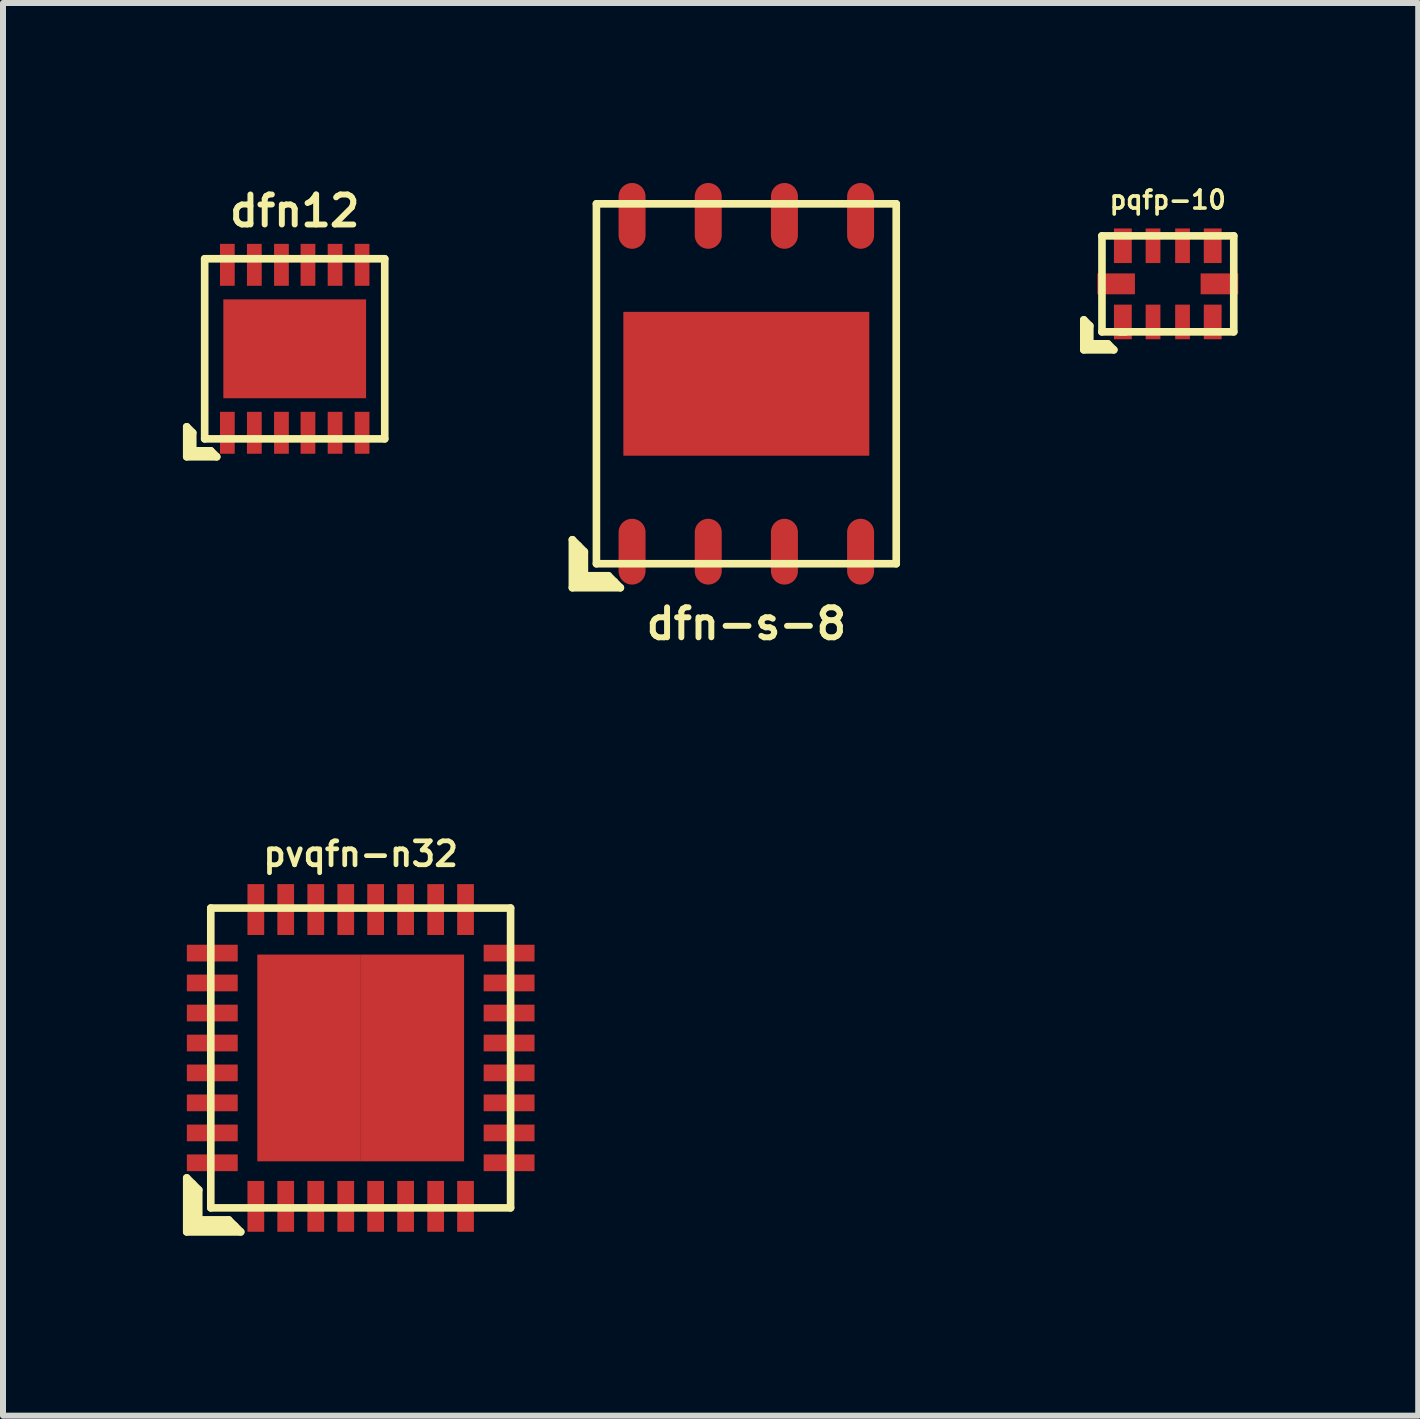
<source format=kicad_pcb>
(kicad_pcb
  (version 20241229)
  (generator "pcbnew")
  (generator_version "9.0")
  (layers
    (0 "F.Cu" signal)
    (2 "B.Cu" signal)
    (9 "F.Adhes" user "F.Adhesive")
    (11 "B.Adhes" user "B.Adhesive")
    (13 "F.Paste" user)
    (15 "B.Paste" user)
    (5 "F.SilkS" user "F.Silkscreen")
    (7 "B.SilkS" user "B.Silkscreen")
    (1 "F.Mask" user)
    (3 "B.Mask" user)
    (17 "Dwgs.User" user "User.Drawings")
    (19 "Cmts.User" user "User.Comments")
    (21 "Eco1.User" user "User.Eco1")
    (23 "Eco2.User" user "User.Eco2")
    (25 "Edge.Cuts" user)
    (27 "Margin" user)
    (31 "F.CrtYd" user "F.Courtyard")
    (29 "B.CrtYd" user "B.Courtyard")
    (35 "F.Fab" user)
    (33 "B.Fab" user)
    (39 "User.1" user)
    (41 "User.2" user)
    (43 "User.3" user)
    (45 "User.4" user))
  (footprint "dfn12"
    (layer "F.Cu")
    (at 1.863 2.765)
    (property "Reference" "dfn12" (at 0 -2.299 0) (layer "F.SilkS") (effects (font (size 0.5 0.5) (thickness 0.099))))
    (attr through_hole)
    (fp_line (start -1.8 1.3) (end -1.8 1.8) (stroke (width 0.127) (type solid)) (layer "F.SilkS"))
    (fp_line (start -1.7 1.4) (end -1.8 1.3) (stroke (width 0.127) (type solid)) (layer "F.SilkS"))
    (fp_line (start -1.7 1.7) (end -1.7 1.4) (stroke (width 0.127) (type solid)) (layer "F.SilkS"))
    (fp_line (start -1.501 -1.501) (end 1.501 -1.501) (stroke (width 0.127) (type solid)) (layer "F.SilkS"))
    (fp_line (start -1.501 1.501) (end -1.501 -1.501) (stroke (width 0.127) (type solid)) (layer "F.SilkS"))
    (fp_line (start -1.4 1.7) (end -1.7 1.7) (stroke (width 0.127) (type solid)) (layer "F.SilkS"))
    (fp_line (start -1.4 1.7) (end -1.3 1.8) (stroke (width 0.127) (type solid)) (layer "F.SilkS"))
    (fp_line (start -1.3 1.8) (end -1.8 1.8) (stroke (width 0.127) (type solid)) (layer "F.SilkS"))
    (fp_line (start 1.501 -1.501) (end 1.501 1.501) (stroke (width 0.127) (type solid)) (layer "F.SilkS"))
    (fp_line (start 1.501 1.501) (end -1.501 1.501) (stroke (width 0.127) (type solid)) (layer "F.SilkS"))
    (pad "1" smd rect (at -1.123 1.4) (size 0.246 0.699) (layers "F.Cu" "F.Mask" "F.Paste"))
    (pad "2" smd rect (at -0.673 1.4) (size 0.246 0.699) (layers "F.Cu" "F.Mask" "F.Paste"))
    (pad "3" smd rect (at -0.221 1.4) (size 0.246 0.699) (layers "F.Cu" "F.Mask" "F.Paste"))
    (pad "4" smd rect (at 0.221 1.4) (size 0.246 0.699) (layers "F.Cu" "F.Mask" "F.Paste"))
    (pad "5" smd rect (at 0.673 1.4) (size 0.246 0.699) (layers "F.Cu" "F.Mask" "F.Paste"))
    (pad "6" smd rect (at 1.123 1.4) (size 0.246 0.699) (layers "F.Cu" "F.Mask" "F.Paste"))
    (pad "7" smd rect (at 1.123 -1.4) (size 0.246 0.699) (layers "F.Cu" "F.Mask" "F.Paste"))
    (pad "8" smd rect (at 0.673 -1.4) (size 0.246 0.699) (layers "F.Cu" "F.Mask" "F.Paste"))
    (pad "9" smd rect (at 0.221 -1.4) (size 0.246 0.699) (layers "F.Cu" "F.Mask" "F.Paste"))
    (pad "10" smd rect (at -0.221 -1.4) (size 0.246 0.699) (layers "F.Cu" "F.Mask" "F.Paste"))
    (pad "11" smd rect (at -0.673 -1.4) (size 0.246 0.699) (layers "F.Cu" "F.Mask" "F.Paste"))
    (pad "12" smd rect (at -1.123 -1.4) (size 0.246 0.699) (layers "F.Cu" "F.Mask" "F.Paste"))
    (pad "13" smd rect (at 0 0) (size 2.38 1.648) (layers "F.Cu" "F.Mask" "F.Paste")))
  (footprint "pqfp-10"
    (layer "F.Cu")
    (at 16.418 1.682)
    (property "Reference" "pqfp-10" (at 0 -1.4 0) (layer "F.SilkS") (effects (font (size 0.3 0.3) (thickness 0.061))))
    (attr through_hole)
    (fp_line (start -1.4 0.6) (end -1.3 0.7) (stroke (width 0.127) (type solid)) (layer "F.SilkS"))
    (fp_line (start -1.4 1.1) (end -1.4 0.6) (stroke (width 0.127) (type solid)) (layer "F.SilkS"))
    (fp_line (start -1.3 0.7) (end -1.3 1) (stroke (width 0.127) (type solid)) (layer "F.SilkS"))
    (fp_line (start -1.3 1) (end -1 1) (stroke (width 0.127) (type solid)) (layer "F.SilkS"))
    (fp_line (start -1.1 0.8) (end 1.1 0.8) (stroke (width 0.127) (type solid)) (layer "F.SilkS"))
    (fp_line (start -1.097 -0.8) (end -1.097 0.8) (stroke (width 0.127) (type solid)) (layer "F.SilkS"))
    (fp_line (start -1 1) (end -0.9 1.1) (stroke (width 0.127) (type solid)) (layer "F.SilkS"))
    (fp_line (start -0.9 1.1) (end -1.4 1.1) (stroke (width 0.127) (type solid)) (layer "F.SilkS"))
    (fp_line (start -0.8 0.8) (end -0.701 0.8) (stroke (width 0.127) (type solid)) (layer "F.SilkS"))
    (fp_line (start 1.1 -0.8) (end -1.1 -0.8) (stroke (width 0.127) (type solid)) (layer "F.SilkS"))
    (fp_line (start 1.1 0.8) (end 1.1 -0.8) (stroke (width 0.127) (type solid)) (layer "F.SilkS"))
    (pad "1" smd rect (at -0.749 0.635) (size 0.297 0.577) (layers "F.Cu" "F.Mask" "F.Paste"))
    (pad "2" smd rect (at -0.246 0.635) (size 0.246 0.577) (layers "F.Cu" "F.Mask" "F.Paste"))
    (pad "3" smd rect (at 0.246 0.635) (size 0.246 0.577) (layers "F.Cu" "F.Mask" "F.Paste"))
    (pad "4" smd rect (at 0.749 0.635) (size 0.297 0.577) (layers "F.Cu" "F.Mask" "F.Paste"))
    (pad "5" smd rect (at 0.861 0) (size 0.627 0.348) (layers "F.Cu" "F.Mask" "F.Paste"))
    (pad "6" smd rect (at 0.749 -0.635) (size 0.297 0.577) (layers "F.Cu" "F.Mask" "F.Paste"))
    (pad "7" smd rect (at 0.246 -0.635) (size 0.246 0.577) (layers "F.Cu" "F.Mask" "F.Paste"))
    (pad "8" smd rect (at -0.246 -0.635) (size 0.246 0.577) (layers "F.Cu" "F.Mask" "F.Paste"))
    (pad "9" smd rect (at -0.749 -0.635) (size 0.297 0.577) (layers "F.Cu" "F.Mask" "F.Paste"))
    (pad "10" smd rect (at -0.861 0) (size 0.627 0.348) (layers "F.Cu" "F.Mask" "F.Paste")))
  (footprint "pvqfn-n32"
    (layer "F.Cu")
    (at 2.963 14.587)
    (property "Reference" "pvqfn-n32" (at 0 -3.401 0) (layer "F.SilkS") (effects (font (size 0.399 0.399) (thickness 0.079))))
    (attr through_hole)
    (fp_line (start -2.9 2) (end -2.9 2.9) (stroke (width 0.127) (type solid)) (layer "F.SilkS"))
    (fp_line (start -2.9 2.9) (end -2 2.9) (stroke (width 0.127) (type solid)) (layer "F.SilkS"))
    (fp_line (start -2.8 2.8) (end -2.8 2.1) (stroke (width 0.127) (type solid)) (layer "F.SilkS"))
    (fp_line (start -2.7 2.2) (end -2.9 2) (stroke (width 0.127) (type solid)) (layer "F.SilkS"))
    (fp_line (start -2.7 2.7) (end -2.7 2.2) (stroke (width 0.127) (type solid)) (layer "F.SilkS"))
    (fp_line (start -2.499 -2.499) (end 2.499 -2.499) (stroke (width 0.127) (type solid)) (layer "F.SilkS"))
    (fp_line (start -2.499 2.499) (end -2.499 -2.499) (stroke (width 0.127) (type solid)) (layer "F.SilkS"))
    (fp_line (start -2.2 2.7) (end -2.7 2.7) (stroke (width 0.127) (type solid)) (layer "F.SilkS"))
    (fp_line (start -2.1 2.8) (end -2.8 2.8) (stroke (width 0.127) (type solid)) (layer "F.SilkS"))
    (fp_line (start -2 2.9) (end -2.2 2.7) (stroke (width 0.127) (type solid)) (layer "F.SilkS"))
    (fp_line (start 2.499 -2.499) (end 2.499 2.499) (stroke (width 0.127) (type solid)) (layer "F.SilkS"))
    (fp_line (start 2.499 2.499) (end -2.499 2.499) (stroke (width 0.127) (type solid)) (layer "F.SilkS"))
    (pad "1" smd rect (at -1.748 2.474) (size 0.279 0.848) (layers "F.Cu" "F.Mask" "F.Paste"))
    (pad "2" smd rect (at -1.25 2.474) (size 0.279 0.848) (layers "F.Cu" "F.Mask" "F.Paste"))
    (pad "3" smd rect (at -0.749 2.474) (size 0.279 0.848) (layers "F.Cu" "F.Mask" "F.Paste"))
    (pad "4" smd rect (at -0.249 2.474) (size 0.279 0.848) (layers "F.Cu" "F.Mask" "F.Paste"))
    (pad "5" smd rect (at 0.249 2.474) (size 0.279 0.848) (layers "F.Cu" "F.Mask" "F.Paste"))
    (pad "6" smd rect (at 0.749 2.474) (size 0.279 0.848) (layers "F.Cu" "F.Mask" "F.Paste"))
    (pad "7" smd rect (at 1.25 2.474) (size 0.279 0.848) (layers "F.Cu" "F.Mask" "F.Paste"))
    (pad "8" smd rect (at 1.748 2.474) (size 0.279 0.848) (layers "F.Cu" "F.Mask" "F.Paste"))
    (pad "9" smd rect (at 2.474 1.748) (size 0.848 0.279) (layers "F.Cu" "F.Mask" "F.Paste"))
    (pad "10" smd rect (at 2.474 1.25) (size 0.848 0.279) (layers "F.Cu" "F.Mask" "F.Paste"))
    (pad "11" smd rect (at 2.474 0.749) (size 0.848 0.279) (layers "F.Cu" "F.Mask" "F.Paste"))
    (pad "12" smd rect (at 2.474 0.249) (size 0.848 0.279) (layers "F.Cu" "F.Mask" "F.Paste"))
    (pad "13" smd rect (at 2.474 -0.249) (size 0.848 0.279) (layers "F.Cu" "F.Mask" "F.Paste"))
    (pad "14" smd rect (at 2.474 -0.749) (size 0.848 0.279) (layers "F.Cu" "F.Mask" "F.Paste"))
    (pad "15" smd rect (at 2.474 -1.25) (size 0.848 0.279) (layers "F.Cu" "F.Mask" "F.Paste"))
    (pad "16" smd rect (at 2.474 -1.748) (size 0.848 0.279) (layers "F.Cu" "F.Mask" "F.Paste"))
    (pad "17" smd rect (at 1.748 -2.474) (size 0.279 0.848) (layers "F.Cu" "F.Mask" "F.Paste"))
    (pad "18" smd rect (at 1.25 -2.474) (size 0.279 0.848) (layers "F.Cu" "F.Mask" "F.Paste"))
    (pad "19" smd rect (at 0.749 -2.474) (size 0.279 0.848) (layers "F.Cu" "F.Mask" "F.Paste"))
    (pad "20" smd rect (at 0.249 -2.474) (size 0.279 0.848) (layers "F.Cu" "F.Mask" "F.Paste"))
    (pad "21" smd rect (at -0.249 -2.474) (size 0.279 0.848) (layers "F.Cu" "F.Mask" "F.Paste"))
    (pad "22" smd rect (at -0.749 -2.474) (size 0.279 0.848) (layers "F.Cu" "F.Mask" "F.Paste"))
    (pad "23" smd rect (at -1.25 -2.474) (size 0.279 0.848) (layers "F.Cu" "F.Mask" "F.Paste"))
    (pad "24" smd rect (at -1.748 -2.474) (size 0.279 0.848) (layers "F.Cu" "F.Mask" "F.Paste"))
    (pad "25" smd rect (at -2.474 -1.748) (size 0.848 0.279) (layers "F.Cu" "F.Mask" "F.Paste"))
    (pad "26" smd rect (at -2.474 -1.25) (size 0.848 0.279) (layers "F.Cu" "F.Mask" "F.Paste"))
    (pad "27" smd rect (at -2.474 -0.749) (size 0.848 0.279) (layers "F.Cu" "F.Mask" "F.Paste"))
    (pad "28" smd rect (at -2.474 -0.249) (size 0.848 0.279) (layers "F.Cu" "F.Mask" "F.Paste"))
    (pad "29" smd rect (at -2.474 0.249) (size 0.848 0.279) (layers "F.Cu" "F.Mask" "F.Paste"))
    (pad "30" smd rect (at -2.474 0.749) (size 0.848 0.279) (layers "F.Cu" "F.Mask" "F.Paste"))
    (pad "31" smd rect (at -2.474 1.25) (size 0.848 0.279) (layers "F.Cu" "F.Mask" "F.Paste"))
    (pad "32" smd rect (at -2.474 1.748) (size 0.848 0.279) (layers "F.Cu" "F.Mask" "F.Paste"))
    (pad "33" smd rect (at -0.861 -0.861) (size 1.725 1.725) (layers "F.Cu" "F.Mask" "F.Paste"))
    (pad "33" smd rect (at -0.861 0.861) (size 1.725 1.725) (layers "F.Cu" "F.Mask" "F.Paste"))
    (pad "33" smd rect (at 0.861 -0.861) (size 1.725 1.725) (layers "F.Cu" "F.Mask" "F.Paste"))
    (pad "33" smd rect (at 0.861 0.861) (size 1.725 1.725) (layers "F.Cu" "F.Mask" "F.Paste")))
  (footprint "dfn-s-8"
    (layer "F.Cu")
    (at 9.392 3.348)
    (property "Reference" "dfn-s-8" (at 0 4 0) (layer "F.SilkS") (effects (font (size 0.5 0.5) (thickness 0.099))))
    (attr through_hole)
    (fp_line (start -2.9 2.6) (end -2.7 2.8) (stroke (width 0.127) (type solid)) (layer "F.SilkS"))
    (fp_line (start -2.9 3.4) (end -2.9 2.6) (stroke (width 0.127) (type solid)) (layer "F.SilkS"))
    (fp_line (start -2.8 2.7) (end -2.8 3.3) (stroke (width 0.127) (type solid)) (layer "F.SilkS"))
    (fp_line (start -2.8 3.3) (end -2.2 3.3) (stroke (width 0.127) (type solid)) (layer "F.SilkS"))
    (fp_line (start -2.7 2.8) (end -2.7 3.2) (stroke (width 0.127) (type solid)) (layer "F.SilkS"))
    (fp_line (start -2.7 3.2) (end -2.3 3.2) (stroke (width 0.127) (type solid)) (layer "F.SilkS"))
    (fp_line (start -2.499 -3) (end 2.499 -3) (stroke (width 0.127) (type solid)) (layer "F.SilkS"))
    (fp_line (start -2.499 3) (end -2.499 -3) (stroke (width 0.127) (type solid)) (layer "F.SilkS"))
    (fp_line (start -2.3 3.2) (end -2.1 3.4) (stroke (width 0.127) (type solid)) (layer "F.SilkS"))
    (fp_line (start -2.1 3.4) (end -2.9 3.4) (stroke (width 0.127) (type solid)) (layer "F.SilkS"))
    (fp_line (start 2.499 -3) (end 2.499 3) (stroke (width 0.127) (type solid)) (layer "F.SilkS"))
    (fp_line (start 2.499 3) (end -2.499 3) (stroke (width 0.127) (type solid)) (layer "F.SilkS"))
    (pad "1" smd oval (at -1.905 2.799) (size 0.45 1.097) (layers "F.Cu" "F.Mask" "F.Paste"))
    (pad "2" smd oval (at -0.635 2.799) (size 0.45 1.097) (layers "F.Cu" "F.Mask" "F.Paste"))
    (pad "3" smd oval (at 0.635 2.799) (size 0.45 1.097) (layers "F.Cu" "F.Mask" "F.Paste"))
    (pad "4" smd oval (at 1.905 2.799) (size 0.45 1.097) (layers "F.Cu" "F.Mask" "F.Paste"))
    (pad "5" smd oval (at 1.905 -2.799) (size 0.45 1.097) (layers "F.Cu" "F.Mask" "F.Paste"))
    (pad "6" smd oval (at 0.635 -2.799) (size 0.45 1.097) (layers "F.Cu" "F.Mask" "F.Paste"))
    (pad "7" smd oval (at -0.635 -2.799) (size 0.45 1.097) (layers "F.Cu" "F.Mask" "F.Paste"))
    (pad "8" smd oval (at -1.905 -2.799) (size 0.45 1.097) (layers "F.Cu" "F.Mask" "F.Paste"))
    (pad "9" smd rect (at 0 0) (size 4.1 2.398) (layers "F.Cu" "F.Mask" "F.Paste")))
  (gr_rect
    (start -3 -3)
    (end 20.593 20.551)
    (stroke (width 0.1) (type default))
    (fill no)
    (layer "Edge.Cuts")))
</source>
